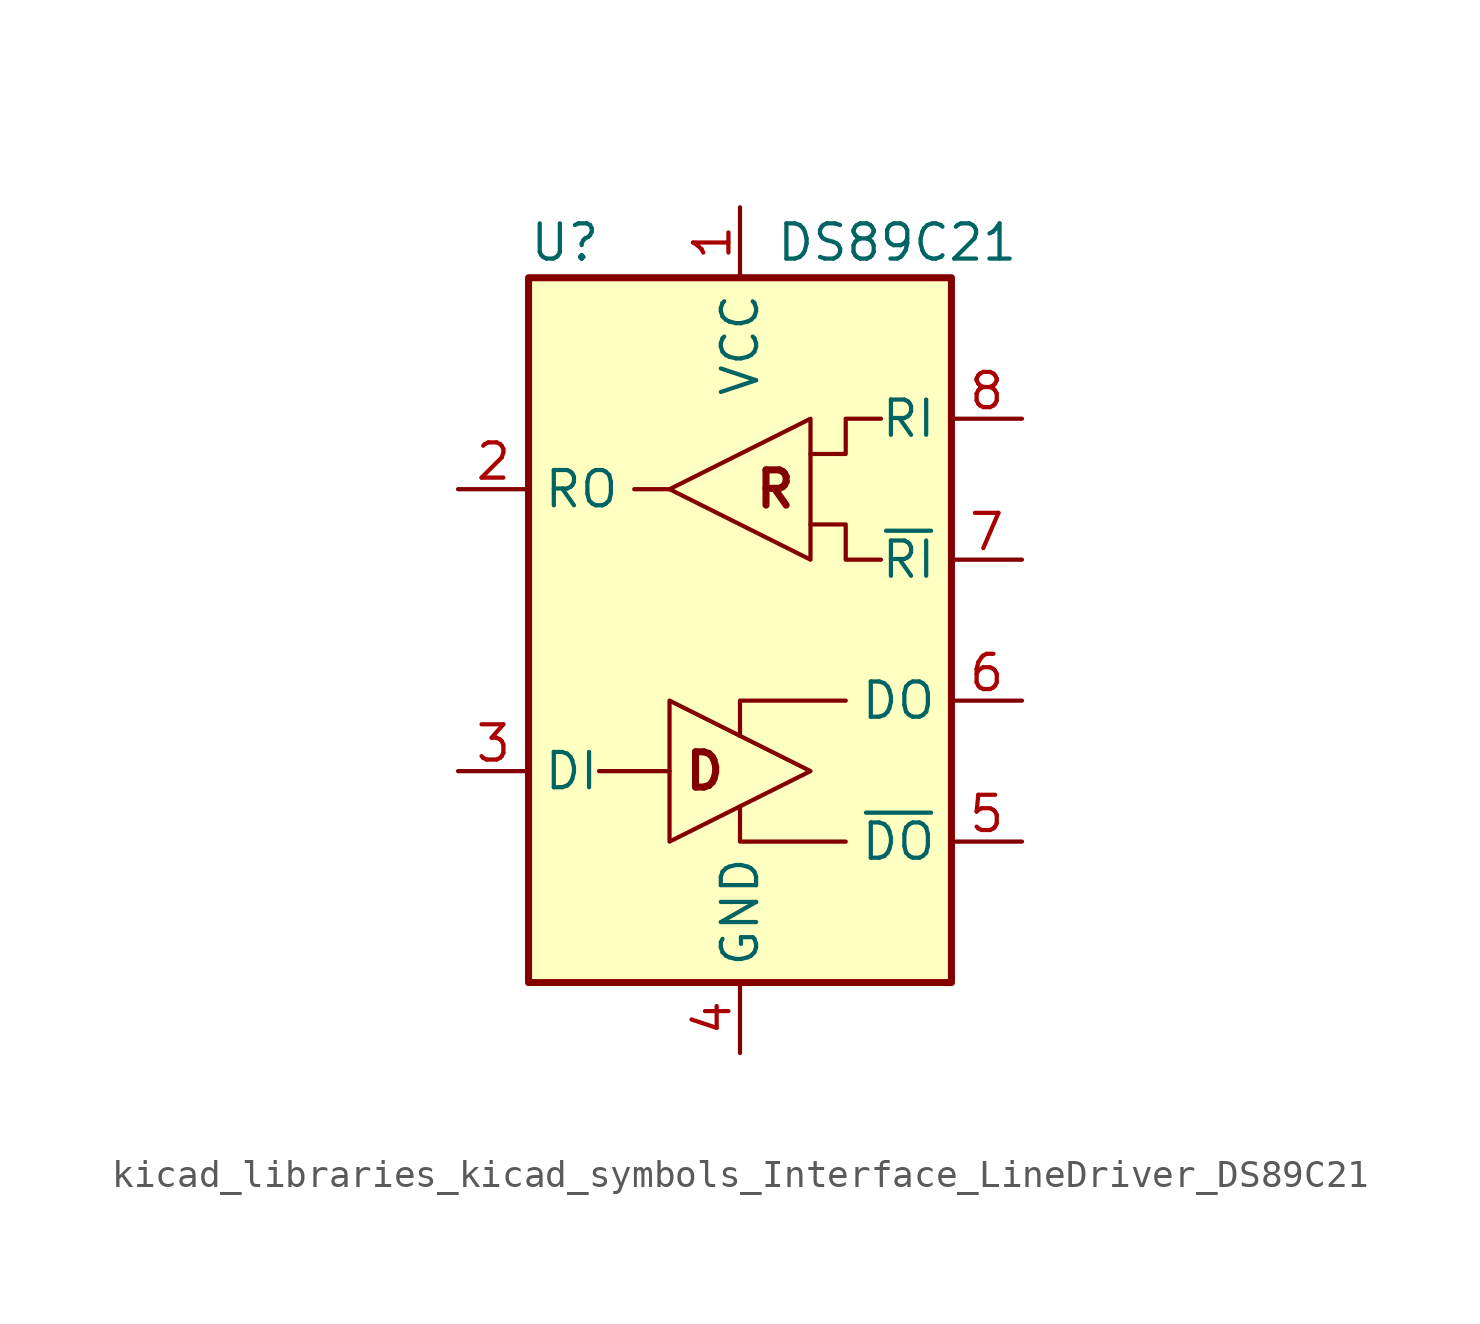
<source format=kicad_sym>
(kicad_symbol_lib
  (version 20220914)
  (generator kicad_symbol_editor)
  (symbol "kicad_libraries_kicad_symbols_Interface_LineDriver_DS89C21"
    (property "Reference" "U"
      (at -7.62 13.97 0)
      (effects (font (size 1.27 1.27)) (justify left)))
    (property "Value" "DS89C21"
      (at 1.27 13.97 0)
      (effects (font (size 1.27 1.27)) (justify left)))
    (symbol "kicad_libraries_kicad_symbols_Interface_LineDriver_DS89C21_0_0"
      (text "D" (at -1.27 -5.08 0) (effects (font (size 1.27 1.27) bold)))
      (text "R" (at 1.27 5.08 0) (effects (font (size 1.27 1.27) bold))))
    (symbol "kicad_libraries_kicad_symbols_Interface_LineDriver_DS89C21_0_1"
      (rectangle (start -7.62 12.7) (end 7.62 -12.7) (stroke (width 0.254) (type default)) (fill (type background)))
      (polyline (pts (xy -5.08 -5.08) (xy -2.54 -5.08)) (stroke (width 0) (type default)) (fill (type none)))
      (polyline (pts (xy -2.54 5.08) (xy -3.81 5.08)) (stroke (width 0) (type default)) (fill (type none)))
      (polyline (pts (xy 3.81 -7.62) (xy 0 -7.62) (xy 0 -6.35)) (stroke (width 0) (type default)) (fill (type none)))
      (polyline (pts (xy 3.81 -2.54) (xy 0 -2.54) (xy 0 -3.81)) (stroke (width 0) (type default)) (fill (type none)))
      (polyline (pts (xy -2.54 -2.54) (xy -2.54 -7.62) (xy 2.54 -5.08) (xy -2.54 -2.54)) (stroke (width 0) (type default)) (fill (type none)))
      (polyline (pts (xy 2.54 3.81) (xy 3.81 3.81) (xy 3.81 2.54) (xy 5.08 2.54)) (stroke (width 0) (type default)) (fill (type none)))
      (polyline (pts (xy 2.54 6.35) (xy 3.81 6.35) (xy 3.81 7.62) (xy 5.08 7.62)) (stroke (width 0) (type default)) (fill (type none)))
      (polyline (pts (xy 2.54 7.62) (xy 2.54 2.54) (xy -2.54 5.08) (xy 2.54 7.62)) (stroke (width 0) (type default)) (fill (type none))))
    (symbol "kicad_libraries_kicad_symbols_Interface_LineDriver_DS89C21_1_1"
      (pin power_in line (at 0 15.24 270) (length 2.54) (name "VCC" (effects (font (size 1.27 1.27)))) (number "1" (effects (font (size 1.27 1.27)))))
      (pin output line (at -10.16 5.08 0) (length 2.54) (name "RO" (effects (font (size 1.27 1.27)))) (number "2" (effects (font (size 1.27 1.27)))))
      (pin input line (at -10.16 -5.08 0) (length 2.54) (name "DI" (effects (font (size 1.27 1.27)))) (number "3" (effects (font (size 1.27 1.27)))))
      (pin power_in line (at 0 -15.24 90) (length 2.54) (name "GND" (effects (font (size 1.27 1.27)))) (number "4" (effects (font (size 1.27 1.27)))))
      (pin output line (at 10.16 -7.62 180) (length 2.54) (name "~{DO}" (effects (font (size 1.27 1.27)))) (number "5" (effects (font (size 1.27 1.27)))))
      (pin output line (at 10.16 -2.54 180) (length 2.54) (name "DO" (effects (font (size 1.27 1.27)))) (number "6" (effects (font (size 1.27 1.27)))))
      (pin input line (at 10.16 2.54 180) (length 2.54) (name "~{RI}" (effects (font (size 1.27 1.27)))) (number "7" (effects (font (size 1.27 1.27)))))
      (pin input line (at 10.16 7.62 180) (length 2.54) (name "RI" (effects (font (size 1.27 1.27)))) (number "8" (effects (font (size 1.27 1.27))))))))
</source>
